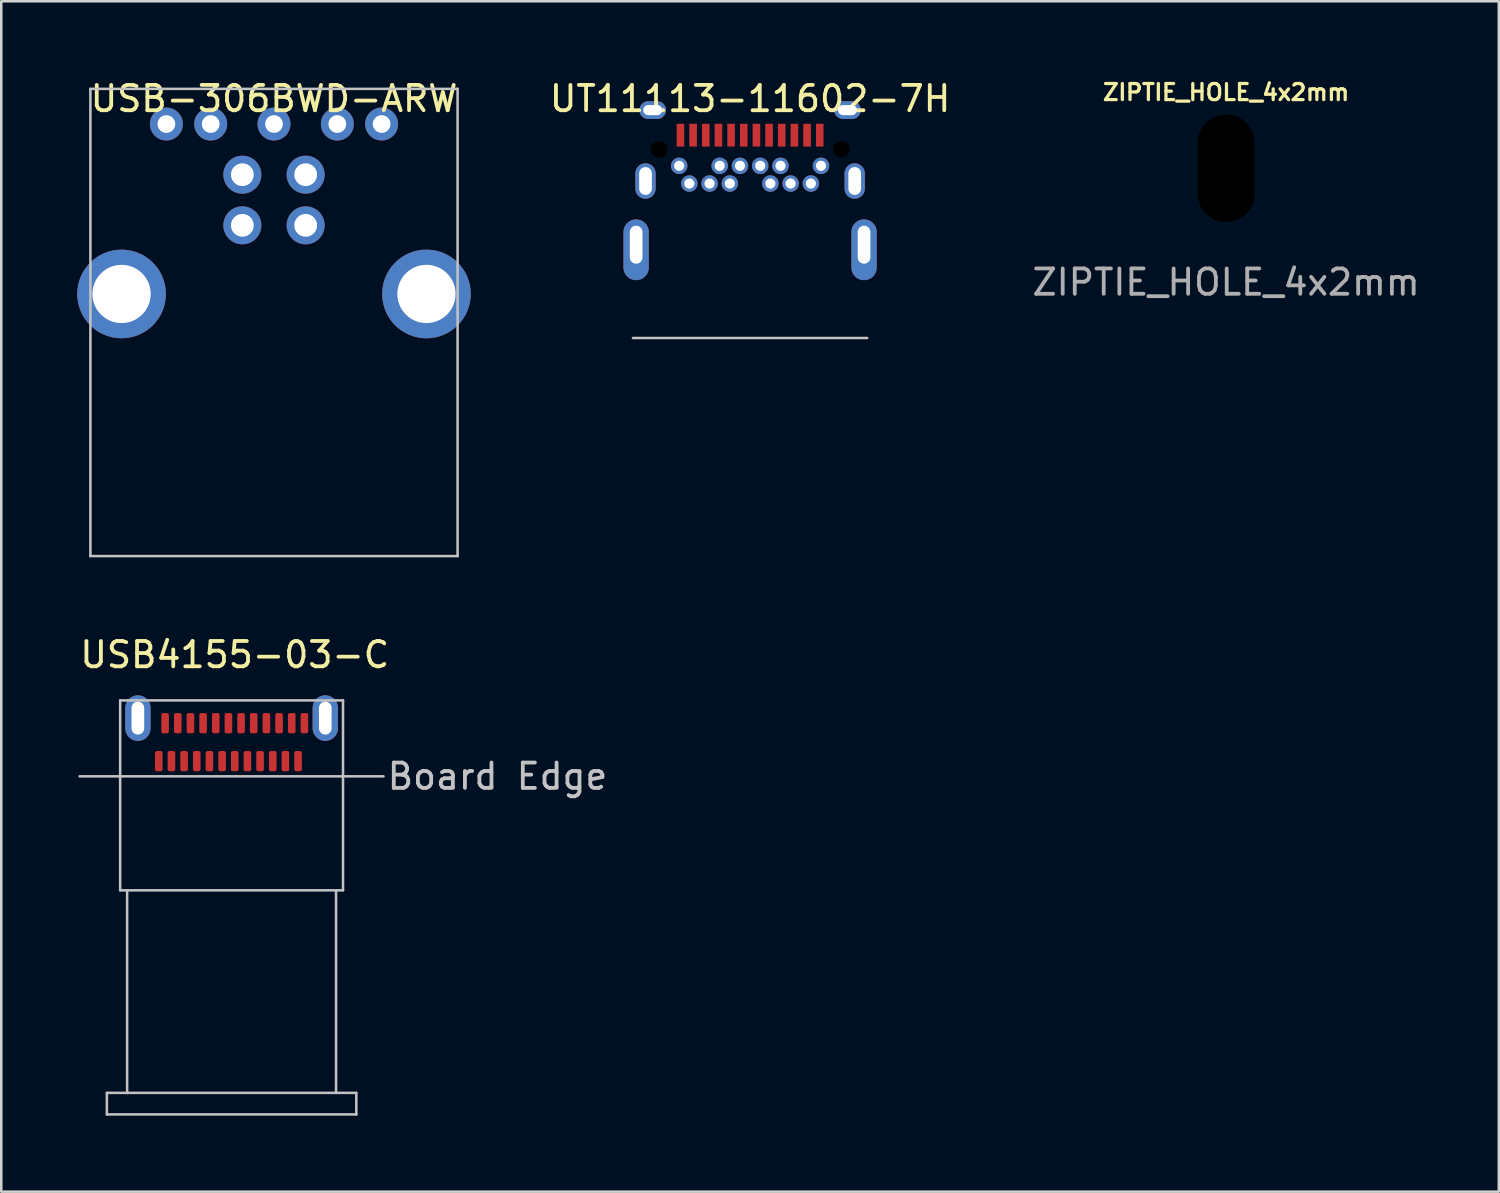
<source format=kicad_pcb>
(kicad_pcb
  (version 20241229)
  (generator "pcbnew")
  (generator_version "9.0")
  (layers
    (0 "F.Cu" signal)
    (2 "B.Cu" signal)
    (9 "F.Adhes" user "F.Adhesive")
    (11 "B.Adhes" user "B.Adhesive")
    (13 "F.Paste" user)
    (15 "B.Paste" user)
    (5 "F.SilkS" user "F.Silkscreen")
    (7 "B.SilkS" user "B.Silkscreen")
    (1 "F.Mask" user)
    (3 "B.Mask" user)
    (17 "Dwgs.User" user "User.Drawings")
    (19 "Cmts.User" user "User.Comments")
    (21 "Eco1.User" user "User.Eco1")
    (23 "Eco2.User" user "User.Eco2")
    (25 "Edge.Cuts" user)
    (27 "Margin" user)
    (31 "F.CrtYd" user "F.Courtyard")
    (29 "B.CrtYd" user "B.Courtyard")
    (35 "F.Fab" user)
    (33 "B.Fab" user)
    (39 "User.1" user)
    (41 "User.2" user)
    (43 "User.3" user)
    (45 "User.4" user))
  (footprint "‎USB4155-03-C‎"
    (layer "F.Cu")
    (at 6.095 27.607)
    (property "Reference" "‎USB4155-03-C‎" (at 0.125 -4.8 0) (unlocked yes) (layer "F.SilkS") (effects (font (size 1 1) (thickness 0.15))))
    (attr smd)
    (fp_line (start -4.925 12.5) (end -4.125 12.5) (stroke (width 0.1) (type solid)) (layer "Dwgs.User"))
    (fp_line (start -4.925 13.35) (end -4.925 12.5) (stroke (width 0.1) (type solid)) (layer "Dwgs.User"))
    (fp_line (start -4.4 4.5) (end -4.4 -3) (stroke (width 0.1) (type solid)) (layer "Dwgs.User"))
    (fp_line (start -4.125 12.5) (end -4.125 4.5) (stroke (width 0.1) (type solid)) (layer "Dwgs.User"))
    (fp_line (start -4.125 12.5) (end 4.125 12.5) (stroke (width 0.1) (type solid)) (layer "Dwgs.User"))
    (fp_line (start 4.125 12.5) (end 4.125 4.5) (stroke (width 0.1) (type solid)) (layer "Dwgs.User"))
    (fp_line (start 4.4 -3) (end -4.4 -3) (stroke (width 0.1) (type solid)) (layer "Dwgs.User"))
    (fp_line (start 4.4 4.5) (end -4.4 4.5) (stroke (width 0.1) (type solid)) (layer "Dwgs.User"))
    (fp_line (start 4.4 4.5) (end 4.4 -3) (stroke (width 0.1) (type solid)) (layer "Dwgs.User"))
    (fp_line (start 4.925 12.5) (end 4.125 12.5) (stroke (width 0.1) (type solid)) (layer "Dwgs.User"))
    (fp_line (start 4.925 13.35) (end -4.925 13.35) (stroke (width 0.1) (type solid)) (layer "Dwgs.User"))
    (fp_line (start 4.925 13.35) (end 4.925 12.5) (stroke (width 0.1) (type solid)) (layer "Dwgs.User"))
    (fp_line (start 6 0) (end -6 0) (stroke (width 0.1) (type solid)) (layer "Dwgs.User"))
    (fp_text user "Board Edge" (at 10.5 0 0) (unlocked yes) (layer "Dwgs.User") (effects (font (size 1 1) (thickness 0.15))))
    (pad "" smd roundrect (at -0.375 -0.6) (size 0.3 0.8) (layers "F.Cu" "F.Mask" "F.Paste") (roundrect_rratio 0.25))
    (pad "" smd roundrect (at 0.125 -0.6) (size 0.3 0.8) (layers "F.Cu" "F.Mask" "F.Paste") (roundrect_rratio 0.25))
    (pad "A1" smd roundrect (at 2.875 -2.1) (size 0.3 0.8) (layers "F.Cu" "F.Mask" "F.Paste") (roundrect_rratio 0.25))
    (pad "A2" smd roundrect (at 2.375 -2.1) (size 0.3 0.8) (layers "F.Cu" "F.Mask" "F.Paste") (roundrect_rratio 0.25))
    (pad "A3" smd roundrect (at 1.875 -2.1) (size 0.3 0.8) (layers "F.Cu" "F.Mask" "F.Paste") (roundrect_rratio 0.25))
    (pad "A4" smd roundrect (at 1.375 -2.1) (size 0.3 0.8) (layers "F.Cu" "F.Mask" "F.Paste") (roundrect_rratio 0.25))
    (pad "A5" smd roundrect (at 0.875 -2.1) (size 0.3 0.8) (layers "F.Cu" "F.Mask" "F.Paste") (roundrect_rratio 0.25))
    (pad "A6" smd roundrect (at 0.375 -2.1) (size 0.3 0.8) (layers "F.Cu" "F.Mask" "F.Paste") (roundrect_rratio 0.25))
    (pad "A7" smd roundrect (at -0.125 -2.1) (size 0.3 0.8) (layers "F.Cu" "F.Mask" "F.Paste") (roundrect_rratio 0.25))
    (pad "A8" smd roundrect (at -0.625 -2.1) (size 0.3 0.8) (layers "F.Cu" "F.Mask" "F.Paste") (roundrect_rratio 0.25))
    (pad "A9" smd roundrect (at -1.125 -2.1) (size 0.3 0.8) (layers "F.Cu" "F.Mask" "F.Paste") (roundrect_rratio 0.25))
    (pad "A10" smd roundrect (at -1.625 -2.1) (size 0.3 0.8) (layers "F.Cu" "F.Mask" "F.Paste") (roundrect_rratio 0.25))
    (pad "A11" smd roundrect (at -2.125 -2.1) (size 0.3 0.8) (layers "F.Cu" "F.Mask" "F.Paste") (roundrect_rratio 0.25))
    (pad "A12" smd roundrect (at -2.625 -2.1) (size 0.3 0.8) (layers "F.Cu" "F.Mask" "F.Paste") (roundrect_rratio 0.25))
    (pad "B1" smd roundrect (at -2.875 -0.6) (size 0.3 0.8) (layers "F.Cu" "F.Mask" "F.Paste") (roundrect_rratio 0.25))
    (pad "B2" smd roundrect (at -2.375 -0.6) (size 0.3 0.8) (layers "F.Cu" "F.Mask" "F.Paste") (roundrect_rratio 0.25))
    (pad "B3" smd roundrect (at -1.875 -0.6) (size 0.3 0.8) (layers "F.Cu" "F.Mask" "F.Paste") (roundrect_rratio 0.25))
    (pad "B4" smd roundrect (at -1.375 -0.6) (size 0.3 0.8) (layers "F.Cu" "F.Mask" "F.Paste") (roundrect_rratio 0.25))
    (pad "B5" smd roundrect (at -0.875 -0.6) (size 0.3 0.8) (layers "F.Cu" "F.Mask" "F.Paste") (roundrect_rratio 0.25))
    (pad "B8" smd roundrect (at 0.625 -0.6) (size 0.3 0.8) (layers "F.Cu" "F.Mask" "F.Paste") (roundrect_rratio 0.25))
    (pad "B9" smd roundrect (at 1.125 -0.6) (size 0.3 0.8) (layers "F.Cu" "F.Mask" "F.Paste") (roundrect_rratio 0.25))
    (pad "B10" smd roundrect (at 1.625 -0.6) (size 0.3 0.8) (layers "F.Cu" "F.Mask" "F.Paste") (roundrect_rratio 0.25))
    (pad "B11" smd roundrect (at 2.125 -0.6) (size 0.3 0.8) (layers "F.Cu" "F.Mask" "F.Paste") (roundrect_rratio 0.25))
    (pad "B12" smd roundrect (at 2.625 -0.6) (size 0.3 0.8) (layers "F.Cu" "F.Mask" "F.Paste") (roundrect_rratio 0.25))
    (pad "S1" thru_hole oval (at -3.7 -2.3) (size 1 1.8) (drill oval 0.5 1.3) (layers "*.Cu" "*.Mask"))
    (pad "S1" thru_hole oval (at 3.7 -2.3) (size 1 1.8) (drill oval 0.5 1.3) (layers "*.Cu" "*.Mask")))
  (footprint "UT11113-11602-7H"
    (layer "F.Cu")
    (at 26.57 2.848)
    (property "Reference" "UT11113-11602-7H" (at 0 -2 0) (layer "F.SilkS") (effects (font (size 1 1) (thickness 0.15))))
    (attr through_hole)
    (fp_line (start 4.625 7.45) (end -4.625 7.45) (stroke (width 0.1) (type solid)) (layer "Dwgs.User"))
    (pad "" np_thru_hole circle (at -3.6 0 90) (size 0.65 0.65) (drill 0.65) (layers "*.Mask"))
    (pad "" np_thru_hole circle (at 3.6 0 90) (size 0.65 0.65) (drill 0.65) (layers "*.Mask"))
    (pad "A1" smd rect (at -2.75 -0.56) (size 0.3 0.9) (layers "F.Cu" "F.Mask" "F.Paste"))
    (pad "A2" smd rect (at -2.25 -0.56) (size 0.3 0.9) (layers "F.Cu" "F.Mask" "F.Paste"))
    (pad "A3" smd rect (at -1.75 -0.56) (size 0.3 0.9) (layers "F.Cu" "F.Mask" "F.Paste"))
    (pad "A4" smd rect (at -1.25 -0.56) (size 0.3 0.9) (layers "F.Cu" "F.Mask" "F.Paste"))
    (pad "A5" smd rect (at -0.75 -0.56) (size 0.3 0.9) (layers "F.Cu" "F.Mask" "F.Paste"))
    (pad "A6" smd rect (at -0.25 -0.56) (size 0.3 0.9) (layers "F.Cu" "F.Mask" "F.Paste"))
    (pad "A7" smd rect (at 0.25 -0.56) (size 0.3 0.9) (layers "F.Cu" "F.Mask" "F.Paste"))
    (pad "A8" smd rect (at 0.75 -0.56) (size 0.3 0.9) (layers "F.Cu" "F.Mask" "F.Paste"))
    (pad "A9" smd rect (at 1.25 -0.56) (size 0.3 0.9) (layers "F.Cu" "F.Mask" "F.Paste"))
    (pad "A10" smd rect (at 1.75 -0.56) (size 0.3 0.9) (layers "F.Cu" "F.Mask" "F.Paste"))
    (pad "A11" smd rect (at 2.25 -0.56) (size 0.3 0.9) (layers "F.Cu" "F.Mask" "F.Paste"))
    (pad "A12" smd rect (at 2.75 -0.56) (size 0.3 0.9) (layers "F.Cu" "F.Mask" "F.Paste"))
    (pad "B1" thru_hole circle (at 2.8 0.65) (size 0.65 0.65) (drill 0.4) (layers "*.Cu" "*.Mask"))
    (pad "B2" thru_hole circle (at 2.4 1.35) (size 0.65 0.65) (drill 0.4) (layers "*.Cu" "*.Mask"))
    (pad "B3" thru_hole circle (at 1.6 1.35) (size 0.65 0.65) (drill 0.4) (layers "*.Cu" "*.Mask"))
    (pad "B4" thru_hole circle (at 1.2 0.65) (size 0.65 0.65) (drill 0.4) (layers "*.Cu" "*.Mask"))
    (pad "B5" thru_hole circle (at 0.8 1.35) (size 0.65 0.65) (drill 0.4) (layers "*.Cu" "*.Mask"))
    (pad "B6" thru_hole circle (at 0.4 0.65) (size 0.65 0.65) (drill 0.4) (layers "*.Cu" "*.Mask"))
    (pad "B7" thru_hole circle (at -0.4 0.65) (size 0.65 0.65) (drill 0.4) (layers "*.Cu" "*.Mask"))
    (pad "B8" thru_hole circle (at -0.8 1.35) (size 0.65 0.65) (drill 0.4) (layers "*.Cu" "*.Mask"))
    (pad "B9" thru_hole circle (at -1.2 0.65) (size 0.65 0.65) (drill 0.4) (layers "*.Cu" "*.Mask"))
    (pad "B10" thru_hole circle (at -1.6 1.35) (size 0.65 0.65) (drill 0.4) (layers "*.Cu" "*.Mask"))
    (pad "B11" thru_hole circle (at -2.4 1.35) (size 0.65 0.65) (drill 0.4) (layers "*.Cu" "*.Mask"))
    (pad "B12" thru_hole circle (at -2.8 0.65) (size 0.65 0.65) (drill 0.4) (layers "*.Cu" "*.Mask"))
    (pad "S1" thru_hole oval (at -4.5 3.765) (size 1 2.4) (drill oval 0.5 1.5 (offset 0 0.2)) (layers "*.Cu" "*.Mask"))
    (pad "S1" thru_hole oval (at -4.13 1.25) (size 0.8 1.4) (drill oval 0.5 1.1) (layers "*.Cu" "*.Mask"))
    (pad "S1" thru_hole oval (at -3.845 -1.55 90) (size 0.7 1.05) (drill oval 0.4 0.75) (layers "*.Cu" "*.Mask"))
    (pad "S1" thru_hole oval (at 3.845 -1.55 90) (size 0.7 1.05) (drill oval 0.4 0.75) (layers "*.Cu" "*.Mask"))
    (pad "S1" thru_hole oval (at 4.13 1.25) (size 0.8 1.4) (drill oval 0.5 1.1) (layers "*.Cu" "*.Mask"))
    (pad "S1" thru_hole oval (at 4.5 3.765) (size 1 2.4) (drill oval 0.5 1.5 (offset 0 0.2)) (layers "*.Cu" "*.Mask")))
  (footprint "ZIPTIE_HOLE_4x2mm"
    (layer "F.Cu")
    (at 45.367 3.596)
    (property "Reference" "ZIPTIE_HOLE_4x2mm" (at 0 -3 0) (unlocked yes) (layer "F.SilkS") (effects (font (size 0.635 0.635) (thickness 0.128))))
    (fp_text user "${REFERENCE}" (at 0 4.5 0) (unlocked yes) (layer "F.Fab") (effects (font (size 1 1) (thickness 0.15))))
    (pad "" np_thru_hole oval (at 0 0) (size 2.25 4.25) (drill oval 2.25 4.25) (layers "*.Mask")))
  (footprint "USB-306BWD-ARW"
    (layer "F.Cu")
    (at 7.77 4.848)
    (property "Reference" "USB-306BWD-ARW" (at 0 -4 0) (unlocked yes) (layer "F.SilkS") (effects (font (size 1 1) (thickness 0.15))))
    (attr smd)
    (fp_line (start -7.25 14.06) (end -7.25 -4.39) (stroke (width 0.1) (type solid)) (layer "Dwgs.User"))
    (fp_line (start 7.25 -4.39) (end -7.25 -4.39) (stroke (width 0.1) (type solid)) (layer "Dwgs.User"))
    (fp_line (start 7.25 -4.39) (end 7.25 14.06) (stroke (width 0.1) (type solid)) (layer "Dwgs.User"))
    (fp_line (start 7.25 14.06) (end -7.25 14.06) (stroke (width 0.1) (type solid)) (layer "Dwgs.User"))
    (pad "1" thru_hole circle (at 1.25 -1) (size 1.5 1.5) (drill 0.9) (layers "*.Cu" "*.Mask"))
    (pad "2" thru_hole circle (at -1.25 -1) (size 1.5 1.5) (drill 0.9) (layers "*.Cu" "*.Mask"))
    (pad "3" thru_hole circle (at -1.25 1) (size 1.5 1.5) (drill 0.9) (layers "*.Cu" "*.Mask"))
    (pad "4" thru_hole circle (at 1.25 1) (size 1.5 1.5) (drill 0.9) (layers "*.Cu" "*.Mask"))
    (pad "5" thru_hole circle (at -4.25 -3) (size 1.3 1.3) (drill 0.7) (layers "*.Cu" "*.Mask"))
    (pad "6" thru_hole circle (at -2.5 -3) (size 1.3 1.3) (drill 0.7) (layers "*.Cu" "*.Mask"))
    (pad "7" thru_hole circle (at 0 -3) (size 1.3 1.3) (drill 0.7) (layers "*.Cu" "*.Mask"))
    (pad "8" thru_hole circle (at 2.5 -3) (size 1.3 1.3) (drill 0.7) (layers "*.Cu" "*.Mask"))
    (pad "9" thru_hole circle (at 4.25 -3) (size 1.3 1.3) (drill 0.7) (layers "*.Cu" "*.Mask"))
    (pad "10" thru_hole circle (at -6.02 3.71) (size 3.5 3.5) (drill 2.3) (layers "*.Cu" "*.Mask"))
    (pad "10" thru_hole circle (at 6.02 3.71) (size 3.5 3.5) (drill 2.3) (layers "*.Cu" "*.Mask")))
  (gr_rect
    (start -3 -3)
    (end 56.135 44.007)
    (stroke (width 0.1) (type default))
    (fill no)
    (layer "Edge.Cuts")))
</source>
